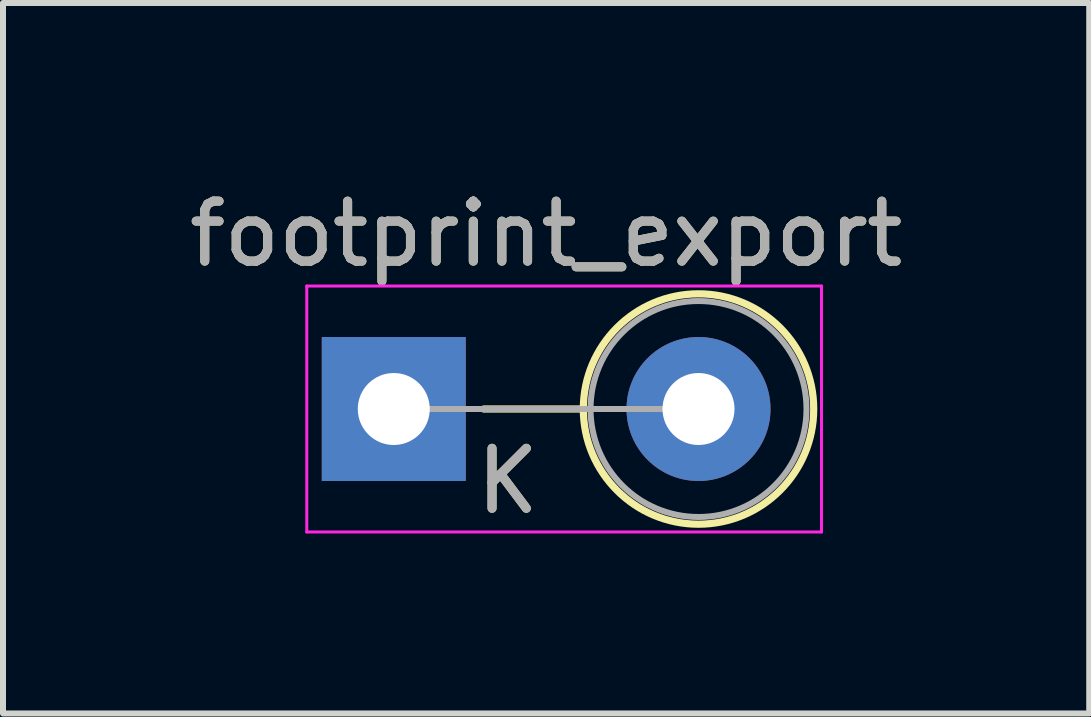
<source format=kicad_pcb>
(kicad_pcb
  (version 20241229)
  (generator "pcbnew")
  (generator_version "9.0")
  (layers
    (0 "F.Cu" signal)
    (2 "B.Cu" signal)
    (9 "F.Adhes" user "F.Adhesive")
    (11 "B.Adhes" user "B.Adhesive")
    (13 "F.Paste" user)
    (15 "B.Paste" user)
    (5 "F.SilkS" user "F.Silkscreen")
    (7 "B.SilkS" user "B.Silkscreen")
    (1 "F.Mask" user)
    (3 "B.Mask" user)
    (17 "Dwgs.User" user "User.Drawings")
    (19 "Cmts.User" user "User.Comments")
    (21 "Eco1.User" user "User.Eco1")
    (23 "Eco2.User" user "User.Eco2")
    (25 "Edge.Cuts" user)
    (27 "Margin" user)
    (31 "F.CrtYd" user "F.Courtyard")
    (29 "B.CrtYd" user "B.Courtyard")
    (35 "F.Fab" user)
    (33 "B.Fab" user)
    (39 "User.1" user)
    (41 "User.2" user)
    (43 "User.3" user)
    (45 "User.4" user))
  (footprint "footprint_export"
    (layer "F.Cu")
    (at 3.514 3.768)
    (property "Reference" "footprint_export" (at 2.54 -2.92 0) (layer "F.SilkS") (effects (font (size 1 1) (thickness 0.15))))
    (attr through_hole)
    (fp_line (start 3.16 0) (end 1.5 0) (stroke (width 0.12) (type solid)) (layer "F.SilkS"))
    (fp_circle (center 5.08 0) (end 7 0) (stroke (width 0.12) (type solid)) (fill no) (layer "F.SilkS"))
    (fp_line (start -1.45 -2.05) (end -1.45 2.05) (stroke (width 0.05) (type solid)) (layer "F.CrtYd"))
    (fp_line (start -1.45 2.05) (end 7.13 2.05) (stroke (width 0.05) (type solid)) (layer "F.CrtYd"))
    (fp_line (start 7.13 -2.05) (end -1.45 -2.05) (stroke (width 0.05) (type solid)) (layer "F.CrtYd"))
    (fp_line (start 7.13 2.05) (end 7.13 -2.05) (stroke (width 0.05) (type solid)) (layer "F.CrtYd"))
    (fp_line (start 0 0) (end 5.08 0) (stroke (width 0.1) (type solid)) (layer "F.Fab"))
    (fp_circle (center 5.08 0) (end 6.88 0) (stroke (width 0.1) (type solid)) (fill no) (layer "F.Fab"))
    (fp_text user "K" (at 1.9 1.2 0) (layer "F.SilkS") (effects (font (size 1 1) (thickness 0.15))))
    (fp_text user "K" (at 1.9 1.2 0) (layer "F.Fab") (effects (font (size 1 1) (thickness 0.15))))
    (fp_text user "${REFERENCE}" (at 2.54 -2.92 0) (layer "F.Fab") (effects (font (size 1 1) (thickness 0.15))))
    (pad "1" thru_hole rect (at 0 0) (size 2.4 2.4) (drill 1.2) (layers "*.Cu" "*.Mask"))
    (pad "2" thru_hole oval (at 5.08 0) (size 2.4 2.4) (drill 1.2) (layers "*.Cu" "*.Mask")))
  (gr_rect
    (start -3 -3)
    (end 15.107 8.843)
    (stroke (width 0.1) (type default))
    (fill no)
    (layer "Edge.Cuts")))
</source>
